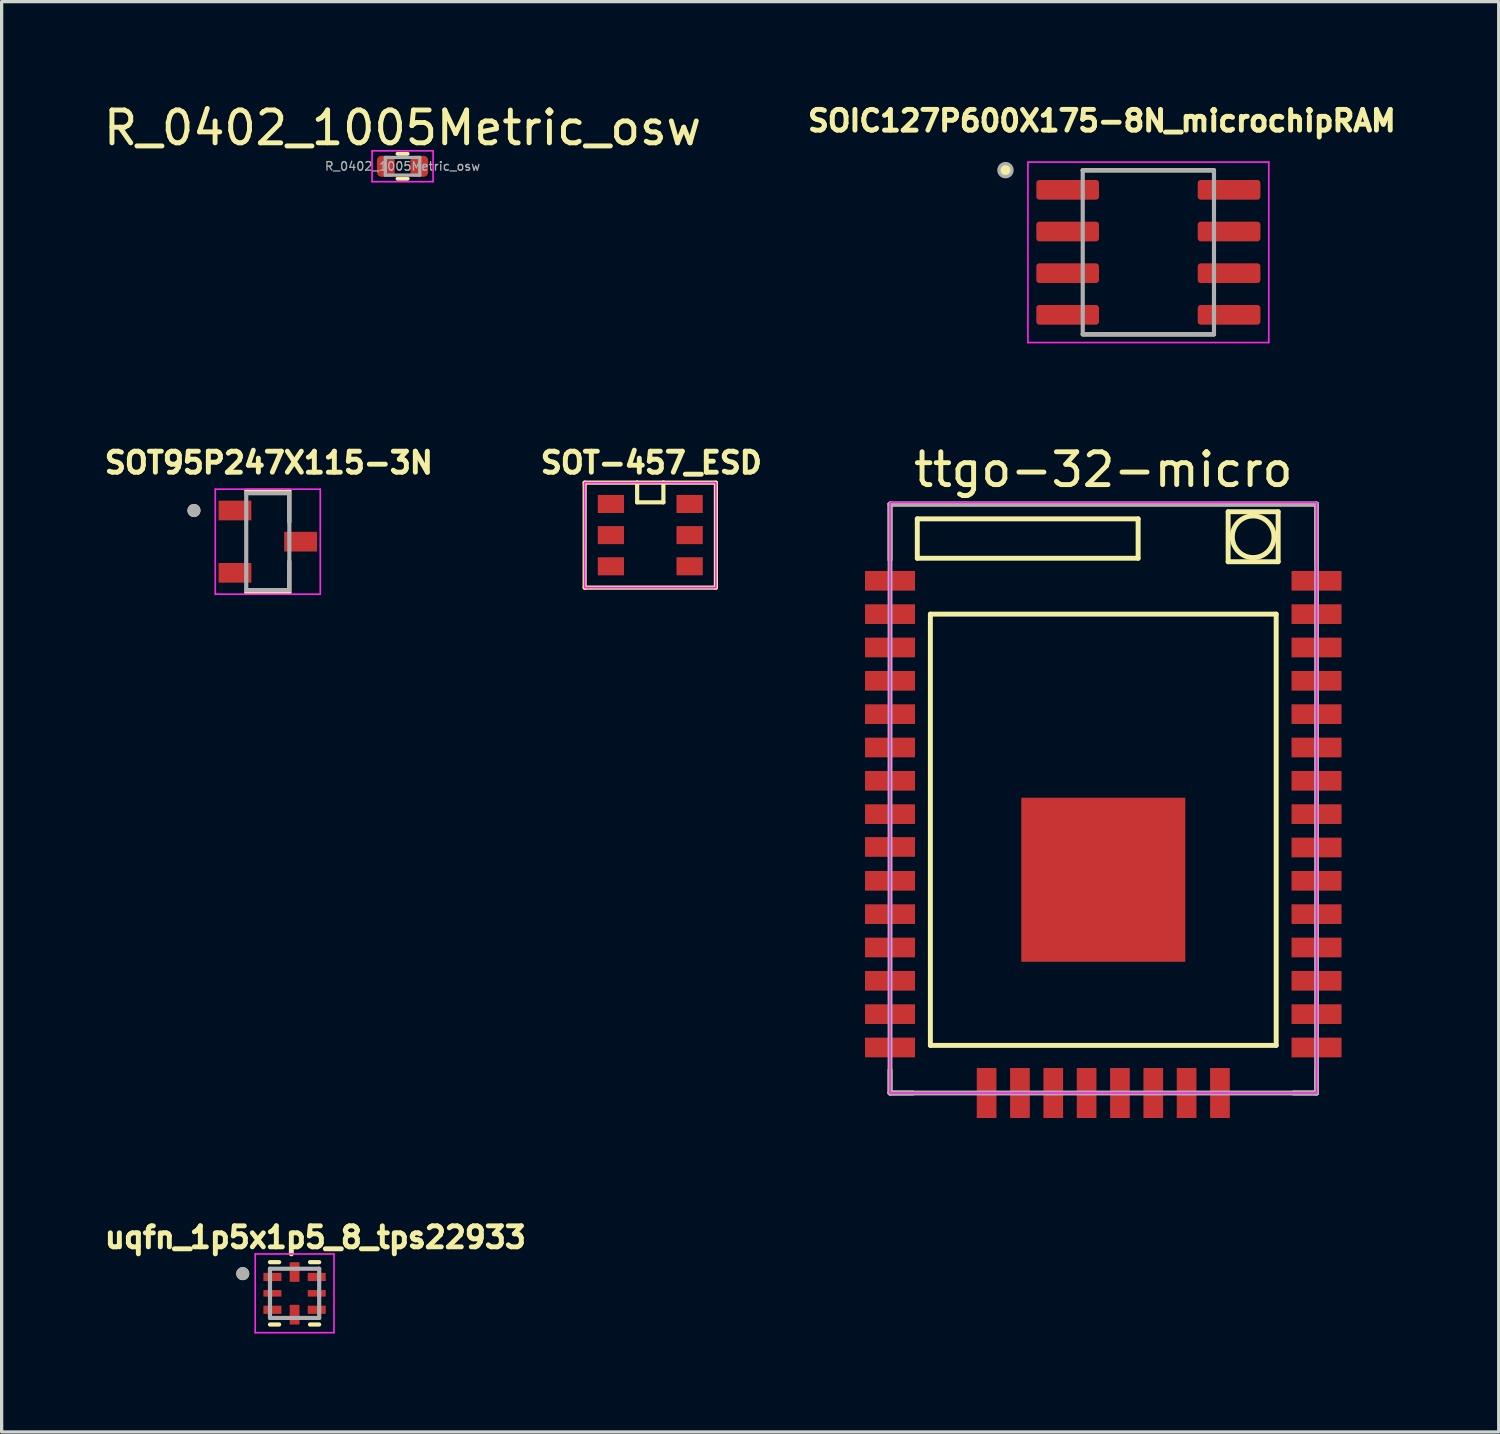
<source format=kicad_pcb>
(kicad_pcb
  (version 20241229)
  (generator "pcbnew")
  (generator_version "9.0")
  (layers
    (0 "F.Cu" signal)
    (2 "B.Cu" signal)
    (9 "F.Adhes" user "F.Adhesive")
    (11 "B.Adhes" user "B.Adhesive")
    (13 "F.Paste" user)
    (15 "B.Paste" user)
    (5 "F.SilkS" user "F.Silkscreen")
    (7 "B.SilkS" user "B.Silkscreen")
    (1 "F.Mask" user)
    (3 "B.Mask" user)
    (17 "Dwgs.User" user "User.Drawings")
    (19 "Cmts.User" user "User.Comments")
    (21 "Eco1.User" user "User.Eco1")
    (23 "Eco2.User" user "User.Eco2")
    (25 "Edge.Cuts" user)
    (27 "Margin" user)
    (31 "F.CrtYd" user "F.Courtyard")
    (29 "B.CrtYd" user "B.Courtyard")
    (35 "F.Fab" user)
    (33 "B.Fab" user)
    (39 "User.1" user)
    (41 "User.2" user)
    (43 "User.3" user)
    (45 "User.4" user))
  (footprint "uqfn_1p5x1p5_8_tps22933"
    (layer "F.Cu")
    (at 5.929 36.371)
    (property "Reference" "uqfn_1p5x1p5_8_tps22933" (at 0.632 -1.706 0) (layer "F.SilkS") (effects (font (size 0.64 0.64) (thickness 0.15))))
    (attr smd)
    (fp_line (start -0.75 -0.95) (end -0.47 -0.95) (stroke (width 0.127) (type solid)) (layer "F.SilkS"))
    (fp_line (start -0.75 0.95) (end -0.47 0.95) (stroke (width 0.127) (type solid)) (layer "F.SilkS"))
    (fp_line (start 0.75 -0.95) (end 0.47 -0.95) (stroke (width 0.127) (type solid)) (layer "F.SilkS"))
    (fp_line (start 0.75 0.95) (end 0.47 0.95) (stroke (width 0.127) (type solid)) (layer "F.SilkS"))
    (fp_circle (center -1.58 -0.6) (end -1.48 -0.6) (stroke (width 0.2) (type solid)) (fill no) (layer "F.SilkS"))
    (fp_line (start -1.2 -1.2) (end 1.2 -1.2) (stroke (width 0.05) (type solid)) (layer "F.CrtYd"))
    (fp_line (start -1.2 1.2) (end -1.2 -1.2) (stroke (width 0.05) (type solid)) (layer "F.CrtYd"))
    (fp_line (start -1.2 1.2) (end 1.2 1.2) (stroke (width 0.05) (type solid)) (layer "F.CrtYd"))
    (fp_line (start 1.2 1.2) (end 1.2 -1.2) (stroke (width 0.05) (type solid)) (layer "F.CrtYd"))
    (fp_line (start -0.75 0.75) (end -0.75 -0.75) (stroke (width 0.127) (type solid)) (layer "F.Fab"))
    (fp_line (start 0.75 -0.75) (end -0.75 -0.75) (stroke (width 0.127) (type solid)) (layer "F.Fab"))
    (fp_line (start 0.75 0.75) (end -0.75 0.75) (stroke (width 0.127) (type solid)) (layer "F.Fab"))
    (fp_line (start 0.75 0.75) (end 0.75 -0.75) (stroke (width 0.127) (type solid)) (layer "F.Fab"))
    (fp_circle (center -1.58 -0.6) (end -1.48 -0.6) (stroke (width 0.2) (type solid)) (fill no) (layer "F.Fab"))
    (pad "1" smd roundrect (at -0.675 -0.5) (size 0.55 0.25) (layers "F.Cu" "F.Mask" "F.Paste") (roundrect_rratio 0.03))
    (pad "2" smd roundrect (at -0.675 0) (size 0.55 0.2) (layers "F.Cu" "F.Mask" "F.Paste") (roundrect_rratio 0.03))
    (pad "3" smd roundrect (at -0.675 0.5) (size 0.55 0.25) (layers "F.Cu" "F.Mask" "F.Paste") (roundrect_rratio 0.03))
    (pad "4" smd roundrect (at 0 0.65 90) (size 0.6 0.3) (layers "F.Cu" "F.Mask" "F.Paste") (roundrect_rratio 0.04))
    (pad "5" smd roundrect (at 0.675 0.5) (size 0.55 0.25) (layers "F.Cu" "F.Mask" "F.Paste") (roundrect_rratio 0.03))
    (pad "6" smd roundrect (at 0.675 0) (size 0.55 0.2) (layers "F.Cu" "F.Mask" "F.Paste") (roundrect_rratio 0.03))
    (pad "7" smd roundrect (at 0.675 -0.5) (size 0.55 0.25) (layers "F.Cu" "F.Mask" "F.Paste") (roundrect_rratio 0.03))
    (pad "8" smd roundrect (at 0 -0.65 90) (size 0.6 0.3) (layers "F.Cu" "F.Mask" "F.Paste") (roundrect_rratio 0.04)))
  (footprint "R_0402_1005Metric_osw"
    (layer "F.Cu")
    (at 9.22 2.018)
    (property "Reference" "R_0402_1005Metric_osw" (at 0 -1.17 0) (layer "F.SilkS") (effects (font (size 1 1) (thickness 0.15))))
    (attr smd)
    (fp_line (start -0.154 -0.38) (end 0.154 -0.38) (stroke (width 0.12) (type solid)) (layer "F.SilkS"))
    (fp_line (start -0.154 0.38) (end 0.154 0.38) (stroke (width 0.12) (type solid)) (layer "F.SilkS"))
    (fp_line (start -0.93 -0.47) (end 0.93 -0.47) (stroke (width 0.05) (type solid)) (layer "F.CrtYd"))
    (fp_line (start -0.93 0.47) (end -0.93 -0.47) (stroke (width 0.05) (type solid)) (layer "F.CrtYd"))
    (fp_line (start 0.93 -0.47) (end 0.93 0.47) (stroke (width 0.05) (type solid)) (layer "F.CrtYd"))
    (fp_line (start 0.93 0.47) (end -0.93 0.47) (stroke (width 0.05) (type solid)) (layer "F.CrtYd"))
    (fp_line (start -0.525 -0.27) (end 0.525 -0.27) (stroke (width 0.1) (type solid)) (layer "F.Fab"))
    (fp_line (start -0.525 0.27) (end -0.525 -0.27) (stroke (width 0.1) (type solid)) (layer "F.Fab"))
    (fp_line (start 0.525 -0.27) (end 0.525 0.27) (stroke (width 0.1) (type solid)) (layer "F.Fab"))
    (fp_line (start 0.525 0.27) (end -0.525 0.27) (stroke (width 0.1) (type solid)) (layer "F.Fab"))
    (fp_text user "${REFERENCE}" (at 0 0 0) (layer "F.Fab") (effects (font (size 0.26 0.26) (thickness 0.04))))
    (pad "1" smd roundrect (at -0.51 0) (size 0.54 0.64) (layers "F.Cu" "F.Mask" "F.Paste") (roundrect_rratio 0.25))
    (pad "2" smd roundrect (at 0.51 0) (size 0.54 0.64) (layers "F.Cu" "F.Mask" "F.Paste") (roundrect_rratio 0.25)))
  (footprint "ttgo-32-micro"
    (layer "F.Cu")
    (at 30.578 21.765)
    (property "Reference" "ttgo-32-micro" (at 0 -10.5 0) (layer "F.SilkS") (effects (font (size 1 1) (thickness 0.15))))
    (attr through_hole)
    (fp_line (start -6.5 -9.45) (end 6.5 -9.45) (stroke (width 0.15) (type solid)) (layer "F.SilkS"))
    (fp_line (start -6.5 -7.75) (end -6.5 -9.45) (stroke (width 0.15) (type solid)) (layer "F.SilkS"))
    (fp_line (start -6.5 7.8) (end -6.5 8.5) (stroke (width 0.15) (type solid)) (layer "F.SilkS"))
    (fp_line (start -5.8 8.5) (end -6.5 8.5) (stroke (width 0.15) (type solid)) (layer "F.SilkS"))
    (fp_line (start -5.669 -9) (end -5.669 -7.8) (stroke (width 0.15) (type solid)) (layer "F.SilkS"))
    (fp_line (start -5.669 -7.8) (end 1.062 -7.8) (stroke (width 0.15) (type solid)) (layer "F.SilkS"))
    (fp_line (start -5.27 -6.096) (end 5.27 -6.096) (stroke (width 0.15) (type solid)) (layer "F.SilkS"))
    (fp_line (start -5.27 7.048) (end -5.27 -6.096) (stroke (width 0.15) (type solid)) (layer "F.SilkS"))
    (fp_line (start 1.062 -9) (end -5.669 -9) (stroke (width 0.15) (type solid)) (layer "F.SilkS"))
    (fp_line (start 1.062 -7.8) (end 1.062 -9) (stroke (width 0.15) (type solid)) (layer "F.SilkS"))
    (fp_line (start 3.806 -9.217) (end 5.33 -9.217) (stroke (width 0.15) (type solid)) (layer "F.SilkS"))
    (fp_line (start 3.806 -7.693) (end 3.806 -9.217) (stroke (width 0.15) (type solid)) (layer "F.SilkS"))
    (fp_line (start 5.27 -6.096) (end 5.27 7.048) (stroke (width 0.15) (type solid)) (layer "F.SilkS"))
    (fp_line (start 5.27 7.048) (end -5.27 7.048) (stroke (width 0.15) (type solid)) (layer "F.SilkS"))
    (fp_line (start 5.33 -9.217) (end 5.33 -7.693) (stroke (width 0.15) (type solid)) (layer "F.SilkS"))
    (fp_line (start 5.33 -7.693) (end 3.806 -7.693) (stroke (width 0.15) (type solid)) (layer "F.SilkS"))
    (fp_line (start 5.8 8.5) (end 6.5 8.5) (stroke (width 0.15) (type solid)) (layer "F.SilkS"))
    (fp_line (start 6.5 -7.75) (end 6.5 -9.45) (stroke (width 0.15) (type solid)) (layer "F.SilkS"))
    (fp_line (start 6.5 7.8) (end 6.5 8.5) (stroke (width 0.15) (type solid)) (layer "F.SilkS"))
    (fp_circle (center 4.568 -8.455) (end 5.076 -8.074) (stroke (width 0.15) (type solid)) (fill no) (layer "F.SilkS"))
    (fp_poly (pts (xy -0.2 1.8) (xy -2 1.8) (xy -2 0) (xy -0.2 0)) (stroke (width 0.1) (type solid)) (fill yes) (layer "F.Paste"))
    (fp_poly (pts (xy -0.2 4.1) (xy -2 4.1) (xy -2 2.3) (xy -0.2 2.3)) (stroke (width 0.1) (type solid)) (fill yes) (layer "F.Paste"))
    (fp_poly (pts (xy 2.1 1.8) (xy 0.3 1.8) (xy 0.3 0) (xy 2.1 0)) (stroke (width 0.1) (type solid)) (fill yes) (layer "F.Paste"))
    (fp_poly (pts (xy 2.1 4.1) (xy 0.3 4.1) (xy 0.3 2.3) (xy 2.1 2.3)) (stroke (width 0.1) (type solid)) (fill yes) (layer "F.Paste"))
    (fp_rect (start -6.5 -9.5) (end 6.5 8.5) (stroke (width 0.05) (type default)) (fill no) (layer "F.CrtYd"))
    (fp_line (start -6.5 -9.45) (end -6.5 8.5) (stroke (width 0.15) (type solid)) (layer "F.Fab"))
    (fp_line (start -6.5 -9.45) (end 6.5 -9.45) (stroke (width 0.15) (type solid)) (layer "F.Fab"))
    (fp_line (start -6.5 8.5) (end 6.5 8.5) (stroke (width 0.15) (type solid)) (layer "F.Fab"))
    (fp_line (start 6.5 -9.45) (end 6.5 8.5) (stroke (width 0.15) (type solid)) (layer "F.Fab"))
    (pad "1" smd rect (at -6.5 -7.112) (size 1.524 0.6) (layers "F.Cu" "F.Mask" "F.Paste"))
    (pad "2" smd rect (at -6.5 -6.096) (size 1.524 0.6) (layers "F.Cu" "F.Mask" "F.Paste"))
    (pad "3" smd rect (at -6.5 -5.08) (size 1.524 0.6) (layers "F.Cu" "F.Mask" "F.Paste"))
    (pad "4" smd rect (at -6.5 -4.064) (size 1.524 0.6) (layers "F.Cu" "F.Mask" "F.Paste"))
    (pad "5" smd rect (at -6.5 -3.048) (size 1.524 0.6) (layers "F.Cu" "F.Mask" "F.Paste"))
    (pad "6" smd rect (at -6.5 -2.032) (size 1.524 0.6) (layers "F.Cu" "F.Mask" "F.Paste"))
    (pad "7" smd rect (at -6.5 -1.016) (size 1.524 0.6) (layers "F.Cu" "F.Mask" "F.Paste"))
    (pad "8" smd rect (at -6.5 0) (size 1.524 0.6) (layers "F.Cu" "F.Mask" "F.Paste"))
    (pad "9" smd rect (at -6.5 1) (size 1.524 0.6) (layers "F.Cu" "F.Mask" "F.Paste"))
    (pad "10" smd rect (at -6.5 2.032) (size 1.524 0.6) (layers "F.Cu" "F.Mask" "F.Paste"))
    (pad "11" smd rect (at -6.5 3.048) (size 1.524 0.6) (layers "F.Cu" "F.Mask" "F.Paste"))
    (pad "12" smd rect (at -6.5 4.064) (size 1.524 0.6) (layers "F.Cu" "F.Mask" "F.Paste"))
    (pad "13" smd rect (at -6.5 5.08) (size 1.524 0.6) (layers "F.Cu" "F.Mask" "F.Paste"))
    (pad "14" smd rect (at -6.5 6.096) (size 1.524 0.6) (layers "F.Cu" "F.Mask" "F.Paste"))
    (pad "15" smd rect (at -6.5 7.112) (size 1.524 0.6) (layers "F.Cu" "F.Mask" "F.Paste"))
    (pad "16" smd rect (at -3.556 8.5 90) (size 1.524 0.6) (layers "F.Cu" "F.Mask" "F.Paste"))
    (pad "17" smd rect (at -2.54 8.5 90) (size 1.524 0.6) (layers "F.Cu" "F.Mask" "F.Paste"))
    (pad "18" smd rect (at -1.524 8.5 90) (size 1.524 0.6) (layers "F.Cu" "F.Mask" "F.Paste"))
    (pad "19" smd rect (at -0.508 8.5 90) (size 1.524 0.6) (layers "F.Cu" "F.Mask" "F.Paste"))
    (pad "20" smd rect (at 0.508 8.5 90) (size 1.524 0.6) (layers "F.Cu" "F.Mask" "F.Paste"))
    (pad "21" smd rect (at 1.524 8.5 90) (size 1.524 0.6) (layers "F.Cu" "F.Mask" "F.Paste"))
    (pad "22" smd rect (at 2.54 8.5 90) (size 1.524 0.6) (layers "F.Cu" "F.Mask" "F.Paste"))
    (pad "23" smd rect (at 3.556 8.5 90) (size 1.524 0.6) (layers "F.Cu" "F.Mask" "F.Paste"))
    (pad "24" smd rect (at 6.5 7.112) (size 1.524 0.6) (layers "F.Cu" "F.Mask" "F.Paste"))
    (pad "25" smd rect (at 6.5 6.096) (size 1.524 0.6) (layers "F.Cu" "F.Mask" "F.Paste"))
    (pad "26" smd rect (at 6.5 5.08) (size 1.524 0.6) (layers "F.Cu" "F.Mask" "F.Paste"))
    (pad "27" smd rect (at 6.5 4.064) (size 1.524 0.6) (layers "F.Cu" "F.Mask" "F.Paste"))
    (pad "28" smd rect (at 6.5 3.048) (size 1.524 0.6) (layers "F.Cu" "F.Mask" "F.Paste"))
    (pad "29" smd rect (at 6.5 2.032) (size 1.524 0.6) (layers "F.Cu" "F.Mask" "F.Paste"))
    (pad "30" smd rect (at 6.5 1.016) (size 1.524 0.6) (layers "F.Cu" "F.Mask" "F.Paste"))
    (pad "31" smd rect (at 6.5 0) (size 1.524 0.6) (layers "F.Cu" "F.Mask" "F.Paste"))
    (pad "32" smd rect (at 6.5 -1.016) (size 1.524 0.6) (layers "F.Cu" "F.Mask" "F.Paste"))
    (pad "33" smd rect (at 6.5 -2.032) (size 1.524 0.6) (layers "F.Cu" "F.Mask" "F.Paste"))
    (pad "34" smd rect (at 6.5 -3.048) (size 1.524 0.6) (layers "F.Cu" "F.Mask" "F.Paste"))
    (pad "35" smd rect (at 6.5 -4.064) (size 1.524 0.6) (layers "F.Cu" "F.Mask" "F.Paste"))
    (pad "36" smd rect (at 6.5 -5.08) (size 1.524 0.6) (layers "F.Cu" "F.Mask" "F.Paste"))
    (pad "37" smd rect (at 6.5 -6.096) (size 1.524 0.6) (layers "F.Cu" "F.Mask" "F.Paste"))
    (pad "38" smd rect (at 6.5 -7.112) (size 1.524 0.6) (layers "F.Cu" "F.Mask" "F.Paste"))
    (pad "EP" smd rect (at 0 2) (size 5 5) (layers "F.Cu" "F.Mask")))
  (footprint "SOT-457_ESD"
    (layer "F.Cu")
    (at 16.77 13.261)
    (property "Reference" "SOT-457_ESD" (at 0.032 -2.207 0) (layer "F.SilkS") (effects (font (size 0.64 0.64) (thickness 0.15))))
    (attr through_hole)
    (fp_line (start -2 -1.6) (end -0.4 -1.6) (stroke (width 0.127) (type solid)) (layer "F.SilkS"))
    (fp_line (start -2 1.6) (end -2 -1.6) (stroke (width 0.127) (type solid)) (layer "F.SilkS"))
    (fp_line (start -0.4 -1.6) (end -0.4 -1) (stroke (width 0.127) (type solid)) (layer "F.SilkS"))
    (fp_line (start -0.4 -1.6) (end 0.4 -1.6) (stroke (width 0.127) (type solid)) (layer "F.SilkS"))
    (fp_line (start -0.4 -1) (end 0.4 -1) (stroke (width 0.127) (type solid)) (layer "F.SilkS"))
    (fp_line (start 0.4 -1.6) (end 2 -1.6) (stroke (width 0.127) (type solid)) (layer "F.SilkS"))
    (fp_line (start 0.4 -1) (end 0.4 -1.6) (stroke (width 0.127) (type solid)) (layer "F.SilkS"))
    (fp_line (start 2 -1.6) (end 2 1.6) (stroke (width 0.127) (type solid)) (layer "F.SilkS"))
    (fp_line (start 2 1.6) (end -2 1.6) (stroke (width 0.127) (type solid)) (layer "F.SilkS"))
    (fp_rect (start -2 -1.6) (end 2 1.6) (stroke (width 0.05) (type default)) (fill no) (layer "F.CrtYd"))
    (pad "1" smd rect (at -1.2 -0.95 90) (size 0.55 0.8) (layers "F.Cu" "F.Mask" "F.Paste"))
    (pad "2" smd rect (at -1.2 0 90) (size 0.55 0.8) (layers "F.Cu" "F.Mask" "F.Paste"))
    (pad "3" smd rect (at -1.2 0.95 90) (size 0.55 0.8) (layers "F.Cu" "F.Mask" "F.Paste"))
    (pad "4" smd rect (at 1.2 0.95 90) (size 0.55 0.8) (layers "F.Cu" "F.Mask" "F.Paste"))
    (pad "5" smd rect (at 1.2 0 90) (size 0.55 0.8) (layers "F.Cu" "F.Mask" "F.Paste"))
    (pad "6" smd rect (at 1.2 -0.95 90) (size 0.55 0.8) (layers "F.Cu" "F.Mask" "F.Paste")))
  (footprint "SOIC127P600X175-8N_microchipRAM"
    (layer "F.Cu")
    (at 31.952 4.641)
    (property "Reference" "SOIC127P600X175-8N_microchipRAM" (at -1.417 -4.009 0) (layer "F.SilkS") (effects (font (size 0.631 0.631) (thickness 0.15))))
    (attr through_hole)
    (fp_line (start -2 -2.5) (end 2 -2.5) (stroke (width 0.127) (type solid)) (layer "F.SilkS"))
    (fp_line (start -2 2.5) (end 2 2.5) (stroke (width 0.127) (type solid)) (layer "F.SilkS"))
    (fp_circle (center -4.355 -2.505) (end -4.155 -2.505) (stroke (width 0) (type solid)) (fill yes) (layer "F.SilkS"))
    (fp_line (start -3.67 -2.75) (end -3.67 2.75) (stroke (width 0.05) (type solid)) (layer "F.CrtYd"))
    (fp_line (start -3.67 -2.75) (end 3.67 -2.75) (stroke (width 0.05) (type solid)) (layer "F.CrtYd"))
    (fp_line (start -3.67 2.75) (end 3.67 2.75) (stroke (width 0.05) (type solid)) (layer "F.CrtYd"))
    (fp_line (start 3.67 -2.75) (end 3.67 2.75) (stroke (width 0.05) (type solid)) (layer "F.CrtYd"))
    (fp_line (start -2 -2.5) (end -2 2.5) (stroke (width 0.127) (type solid)) (layer "F.Fab"))
    (fp_line (start -2 -2.5) (end 2 -2.5) (stroke (width 0.127) (type solid)) (layer "F.Fab"))
    (fp_line (start -2 2.5) (end 2 2.5) (stroke (width 0.127) (type solid)) (layer "F.Fab"))
    (fp_line (start 2 -2.5) (end 2 2.5) (stroke (width 0.127) (type solid)) (layer "F.Fab"))
    (fp_circle (center -4.355 -2.505) (end -4.155 -2.505) (stroke (width 0.1) (type solid)) (fill no) (layer "F.Fab"))
    (pad "1" smd roundrect (at -2.46 -1.905) (size 1.91 0.6) (layers "F.Cu" "F.Mask" "F.Paste") (roundrect_rratio 0.15))
    (pad "2" smd roundrect (at -2.46 -0.635) (size 1.91 0.6) (layers "F.Cu" "F.Mask" "F.Paste") (roundrect_rratio 0.15))
    (pad "3" smd roundrect (at -2.46 0.635) (size 1.91 0.6) (layers "F.Cu" "F.Mask" "F.Paste") (roundrect_rratio 0.15))
    (pad "4" smd roundrect (at -2.46 1.905) (size 1.91 0.6) (layers "F.Cu" "F.Mask" "F.Paste") (roundrect_rratio 0.15))
    (pad "5" smd roundrect (at 2.46 1.905) (size 1.91 0.6) (layers "F.Cu" "F.Mask" "F.Paste") (roundrect_rratio 0.15))
    (pad "6" smd roundrect (at 2.46 0.635) (size 1.91 0.6) (layers "F.Cu" "F.Mask" "F.Paste") (roundrect_rratio 0.15))
    (pad "7" smd roundrect (at 2.46 -0.635) (size 1.91 0.6) (layers "F.Cu" "F.Mask" "F.Paste") (roundrect_rratio 0.15))
    (pad "8" smd roundrect (at 2.46 -1.905) (size 1.91 0.6) (layers "F.Cu" "F.Mask" "F.Paste") (roundrect_rratio 0.15)))
  (footprint "SOT95P247X115-3N"
    (layer "F.Cu")
    (at 5.112 13.46)
    (property "Reference" "SOT95P247X115-3N" (at 0.032 -2.406 0) (layer "F.SilkS") (effects (font (size 0.64 0.64) (thickness 0.15))))
    (attr smd)
    (fp_line (start -0.657 -1.55) (end 0.657 -1.55) (stroke (width 0.127) (type solid)) (layer "F.SilkS"))
    (fp_line (start -0.657 1.55) (end 0.657 1.55) (stroke (width 0.127) (type solid)) (layer "F.SilkS"))
    (fp_line (start 0.657 -1.55) (end 0.657 -0.6) (stroke (width 0.127) (type solid)) (layer "F.SilkS"))
    (fp_line (start 0.657 1.55) (end 0.657 0.6) (stroke (width 0.127) (type solid)) (layer "F.SilkS"))
    (fp_circle (center -2.25 -0.95) (end -2.15 -0.95) (stroke (width 0.2) (type solid)) (fill no) (layer "F.SilkS"))
    (fp_line (start -1.6 -1.6) (end 1.6 -1.6) (stroke (width 0.05) (type solid)) (layer "F.CrtYd"))
    (fp_line (start -1.6 1.6) (end -1.6 -1.6) (stroke (width 0.05) (type solid)) (layer "F.CrtYd"))
    (fp_line (start 1.6 1.6) (end -1.6 1.6) (stroke (width 0.05) (type solid)) (layer "F.CrtYd"))
    (fp_line (start 1.6 1.6) (end 1.6 -1.6) (stroke (width 0.05) (type solid)) (layer "F.CrtYd"))
    (fp_line (start -0.657 -1.475) (end 0.657 -1.475) (stroke (width 0.127) (type solid)) (layer "F.Fab"))
    (fp_line (start -0.657 1.475) (end -0.657 -1.475) (stroke (width 0.127) (type solid)) (layer "F.Fab"))
    (fp_line (start 0.657 -1.475) (end 0.657 1.475) (stroke (width 0.127) (type solid)) (layer "F.Fab"))
    (fp_line (start 0.657 1.475) (end -0.657 1.475) (stroke (width 0.127) (type solid)) (layer "F.Fab"))
    (fp_circle (center -2.25 -0.95) (end -2.15 -0.95) (stroke (width 0.2) (type solid)) (fill no) (layer "F.Fab"))
    (pad "1" smd rect (at -1 -0.95) (size 1 0.6) (layers "F.Cu" "F.Mask" "F.Paste"))
    (pad "2" smd rect (at -1 0.95) (size 1 0.6) (layers "F.Cu" "F.Mask" "F.Paste"))
    (pad "3" smd rect (at 1 0) (size 1 0.6) (layers "F.Cu" "F.Mask" "F.Paste")))
  (gr_rect
    (start -3 -3)
    (end 42.631 40.596)
    (stroke (width 0.1) (type default))
    (fill no)
    (layer "Edge.Cuts")))
</source>
